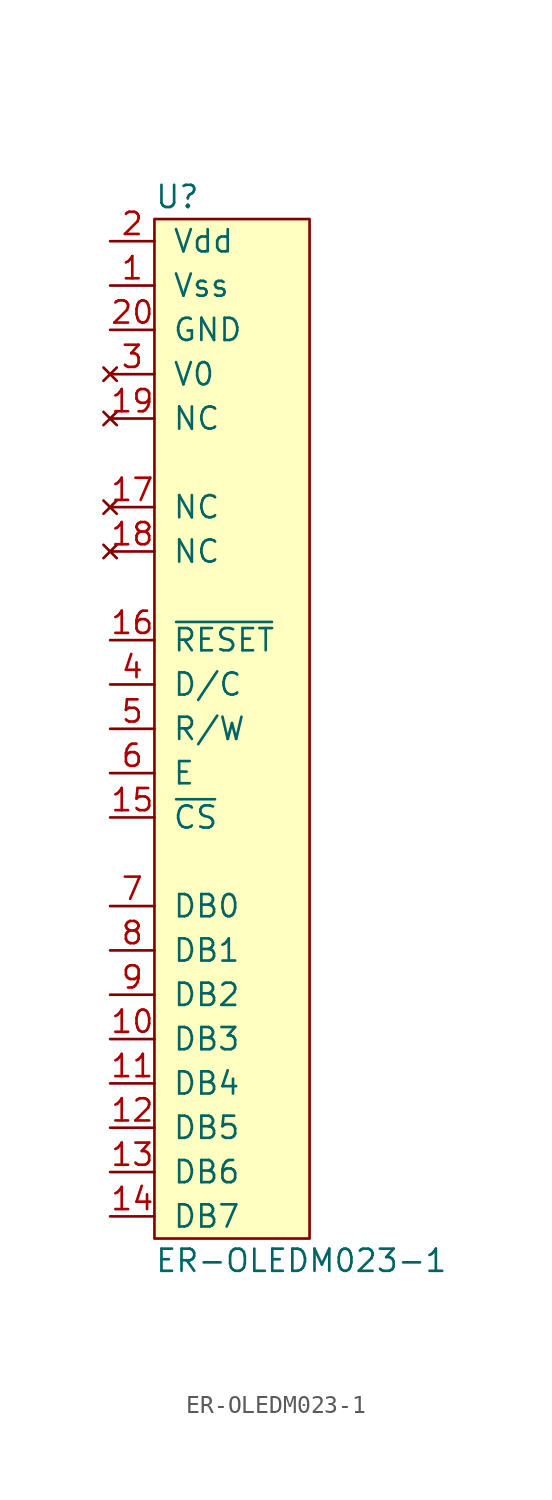
<source format=kicad_sym>
(kicad_symbol_lib
  (version 20211014)
  (generator kicad_symbol_editor)
  (symbol "ER-OLEDM023-1"
    (pin_names
      (offset 1.016))
    (property "Reference" "U"
      (at -2.54 30.48 0)
      (effects (font (size 1.27 1.27)) (justify left)))
    (property "Value" "ER-OLEDM023-1"
      (at -2.54 -30.48 0)
      (effects (font (size 1.27 1.27)) (justify left)))
    (symbol "ER-OLEDM023-1_0_1"
      (rectangle (start -2.54 29.21) (end 6.35 -29.21) (stroke (width 0) (type default) (color 0 0 0 0)) (fill (type background))))
    (symbol "ER-OLEDM023-1_1_1"
      (pin power_in line (at -5.08 25.4 0) (length 2.54) (name "Vss" (effects (font (size 1.27 1.27)))) (number "1" (effects (font (size 1.27 1.27)))))
      (pin input line (at -5.08 -17.78 0) (length 2.54) (name "DB3" (effects (font (size 1.27 1.27)))) (number "10" (effects (font (size 1.27 1.27)))))
      (pin input line (at -5.08 -20.32 0) (length 2.54) (name "DB4" (effects (font (size 1.27 1.27)))) (number "11" (effects (font (size 1.27 1.27)))))
      (pin input line (at -5.08 -22.86 0) (length 2.54) (name "DB5" (effects (font (size 1.27 1.27)))) (number "12" (effects (font (size 1.27 1.27)))))
      (pin input line (at -5.08 -25.4 0) (length 2.54) (name "DB6" (effects (font (size 1.27 1.27)))) (number "13" (effects (font (size 1.27 1.27)))))
      (pin input line (at -5.08 -27.94 0) (length 2.54) (name "DB7" (effects (font (size 1.27 1.27)))) (number "14" (effects (font (size 1.27 1.27)))))
      (pin input line (at -5.08 -5.08 0) (length 2.54) (name "~{CS}" (effects (font (size 1.27 1.27)))) (number "15" (effects (font (size 1.27 1.27)))))
      (pin input line (at -5.08 5.08 0) (length 2.54) (name "~{RESET}" (effects (font (size 1.27 1.27)))) (number "16" (effects (font (size 1.27 1.27)))))
      (pin no_connect line (at -5.08 12.7 0) (length 2.54) (name "NC" (effects (font (size 1.27 1.27)))) (number "17" (effects (font (size 1.27 1.27)))))
      (pin no_connect line (at -5.08 10.16 0) (length 2.54) (name "NC" (effects (font (size 1.27 1.27)))) (number "18" (effects (font (size 1.27 1.27)))))
      (pin no_connect line (at -5.08 17.78 0) (length 2.54) (name "NC" (effects (font (size 1.27 1.27)))) (number "19" (effects (font (size 1.27 1.27)))))
      (pin power_in line (at -5.08 27.94 0) (length 2.54) (name "Vdd" (effects (font (size 1.27 1.27)))) (number "2" (effects (font (size 1.27 1.27)))))
      (pin power_in line (at -5.08 22.86 0) (length 2.54) (name "GND" (effects (font (size 1.27 1.27)))) (number "20" (effects (font (size 1.27 1.27)))))
      (pin no_connect line (at -5.08 20.32 0) (length 2.54) (name "V0" (effects (font (size 1.27 1.27)))) (number "3" (effects (font (size 1.27 1.27)))))
      (pin input line (at -5.08 2.54 0) (length 2.54) (name "D/C" (effects (font (size 1.27 1.27)))) (number "4" (effects (font (size 1.27 1.27)))))
      (pin input line (at -5.08 0 0) (length 2.54) (name "R/W" (effects (font (size 1.27 1.27)))) (number "5" (effects (font (size 1.27 1.27)))))
      (pin input line (at -5.08 -2.54 0) (length 2.54) (name "E" (effects (font (size 1.27 1.27)))) (number "6" (effects (font (size 1.27 1.27)))))
      (pin input line (at -5.08 -10.16 0) (length 2.54) (name "DB0" (effects (font (size 1.27 1.27)))) (number "7" (effects (font (size 1.27 1.27)))))
      (pin input line (at -5.08 -12.7 0) (length 2.54) (name "DB1" (effects (font (size 1.27 1.27)))) (number "8" (effects (font (size 1.27 1.27)))))
      (pin input line (at -5.08 -15.24 0) (length 2.54) (name "DB2" (effects (font (size 1.27 1.27)))) (number "9" (effects (font (size 1.27 1.27))))))))
</source>
